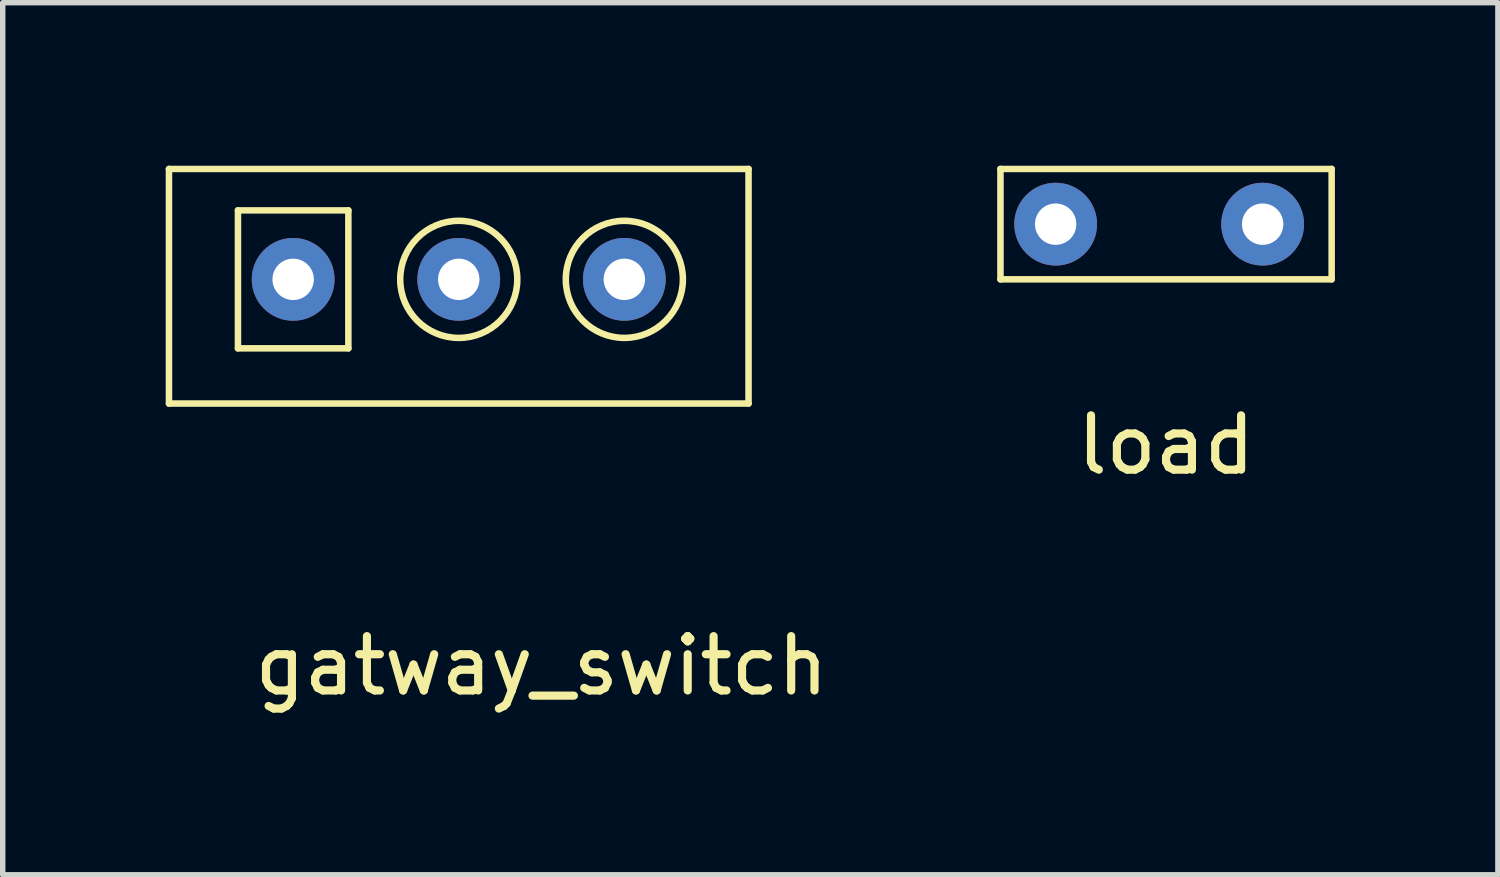
<source format=kicad_pcb>
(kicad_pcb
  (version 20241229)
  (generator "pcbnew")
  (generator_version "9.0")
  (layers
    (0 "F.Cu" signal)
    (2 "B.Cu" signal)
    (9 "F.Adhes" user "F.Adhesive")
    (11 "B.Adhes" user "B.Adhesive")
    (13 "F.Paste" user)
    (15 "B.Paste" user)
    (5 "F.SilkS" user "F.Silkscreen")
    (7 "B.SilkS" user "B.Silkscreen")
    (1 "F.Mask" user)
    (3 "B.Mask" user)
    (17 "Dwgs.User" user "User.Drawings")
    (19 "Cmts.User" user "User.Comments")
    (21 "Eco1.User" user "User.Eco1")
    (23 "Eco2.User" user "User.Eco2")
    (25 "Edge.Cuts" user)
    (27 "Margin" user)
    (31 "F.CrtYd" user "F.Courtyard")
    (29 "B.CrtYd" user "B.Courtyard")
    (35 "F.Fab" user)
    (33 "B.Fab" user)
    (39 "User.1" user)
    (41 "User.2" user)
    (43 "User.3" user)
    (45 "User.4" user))
  (footprint "load"
    (layer "F.Cu")
    (at 18.413 1.076)
    (property "Reference" "load" (at 0 4.064 0) (layer "F.SilkS") (effects (font (size 1 1) (thickness 0.15))))
    (attr through_hole)
    (fp_line (start -3.048 -1.016) (end 3.048 -1.016) (stroke (width 0.12) (type solid)) (layer "F.SilkS"))
    (fp_line (start -3.048 1.016) (end -3.048 -1.016) (stroke (width 0.12) (type solid)) (layer "F.SilkS"))
    (fp_line (start 3.048 -1.016) (end 3.048 1.016) (stroke (width 0.12) (type solid)) (layer "F.SilkS"))
    (fp_line (start 3.048 1.016) (end -3.048 1.016) (stroke (width 0.12) (type solid)) (layer "F.SilkS"))
    (pad "1" thru_hole circle (at -2.032 0) (size 1.524 1.524) (drill 0.762) (layers "*.Cu" "*.Mask"))
    (pad "2" thru_hole circle (at 1.778 0) (size 1.524 1.524) (drill 0.762) (layers "*.Cu" "*.Mask")))
  (footprint "gatway_switch"
    (layer "F.Cu")
    (at 6.918 2.6)
    (property "Reference" "gatway_switch" (at 0 6.604 0) (layer "F.SilkS") (effects (font (size 1 1) (thickness 0.15))))
    (attr through_hole)
    (fp_line (start -6.858 -2.54) (end 3.81 -2.54) (stroke (width 0.12) (type solid)) (layer "F.SilkS"))
    (fp_line (start -6.858 1.778) (end -6.858 -2.54) (stroke (width 0.12) (type solid)) (layer "F.SilkS"))
    (fp_line (start -5.588 -1.778) (end -5.588 0.762) (stroke (width 0.12) (type solid)) (layer "F.SilkS"))
    (fp_line (start -3.556 -1.778) (end -5.588 -1.778) (stroke (width 0.12) (type solid)) (layer "F.SilkS"))
    (fp_line (start -3.556 0.762) (end -5.588 0.762) (stroke (width 0.12) (type solid)) (layer "F.SilkS"))
    (fp_line (start -3.556 0.762) (end -3.556 -1.778) (stroke (width 0.12) (type solid)) (layer "F.SilkS"))
    (fp_line (start 3.81 -2.54) (end 3.81 1.778) (stroke (width 0.12) (type solid)) (layer "F.SilkS"))
    (fp_line (start 3.81 1.778) (end -6.858 1.778) (stroke (width 0.12) (type solid)) (layer "F.SilkS"))
    (fp_circle (center -1.524 -0.508) (end -0.762 0.254) (stroke (width 0.12) (type solid)) (fill no) (layer "F.SilkS"))
    (fp_circle (center 1.524 -0.508) (end 2.286 0.254) (stroke (width 0.12) (type solid)) (fill no) (layer "F.SilkS"))
    (pad "1" thru_hole circle (at -4.572 -0.508) (size 1.524 1.524) (drill 0.762) (layers "*.Cu" "*.Mask"))
    (pad "2" thru_hole circle (at -1.524 -0.508) (size 1.524 1.524) (drill 0.762) (layers "*.Cu" "*.Mask"))
    (pad "3" thru_hole circle (at 1.524 -0.508) (size 1.524 1.524) (drill 0.762) (layers "*.Cu" "*.Mask")))
  (gr_rect
    (start -3 -3)
    (end 24.521 13.052)
    (stroke (width 0.1) (type default))
    (fill no)
    (layer "Edge.Cuts")))
</source>
